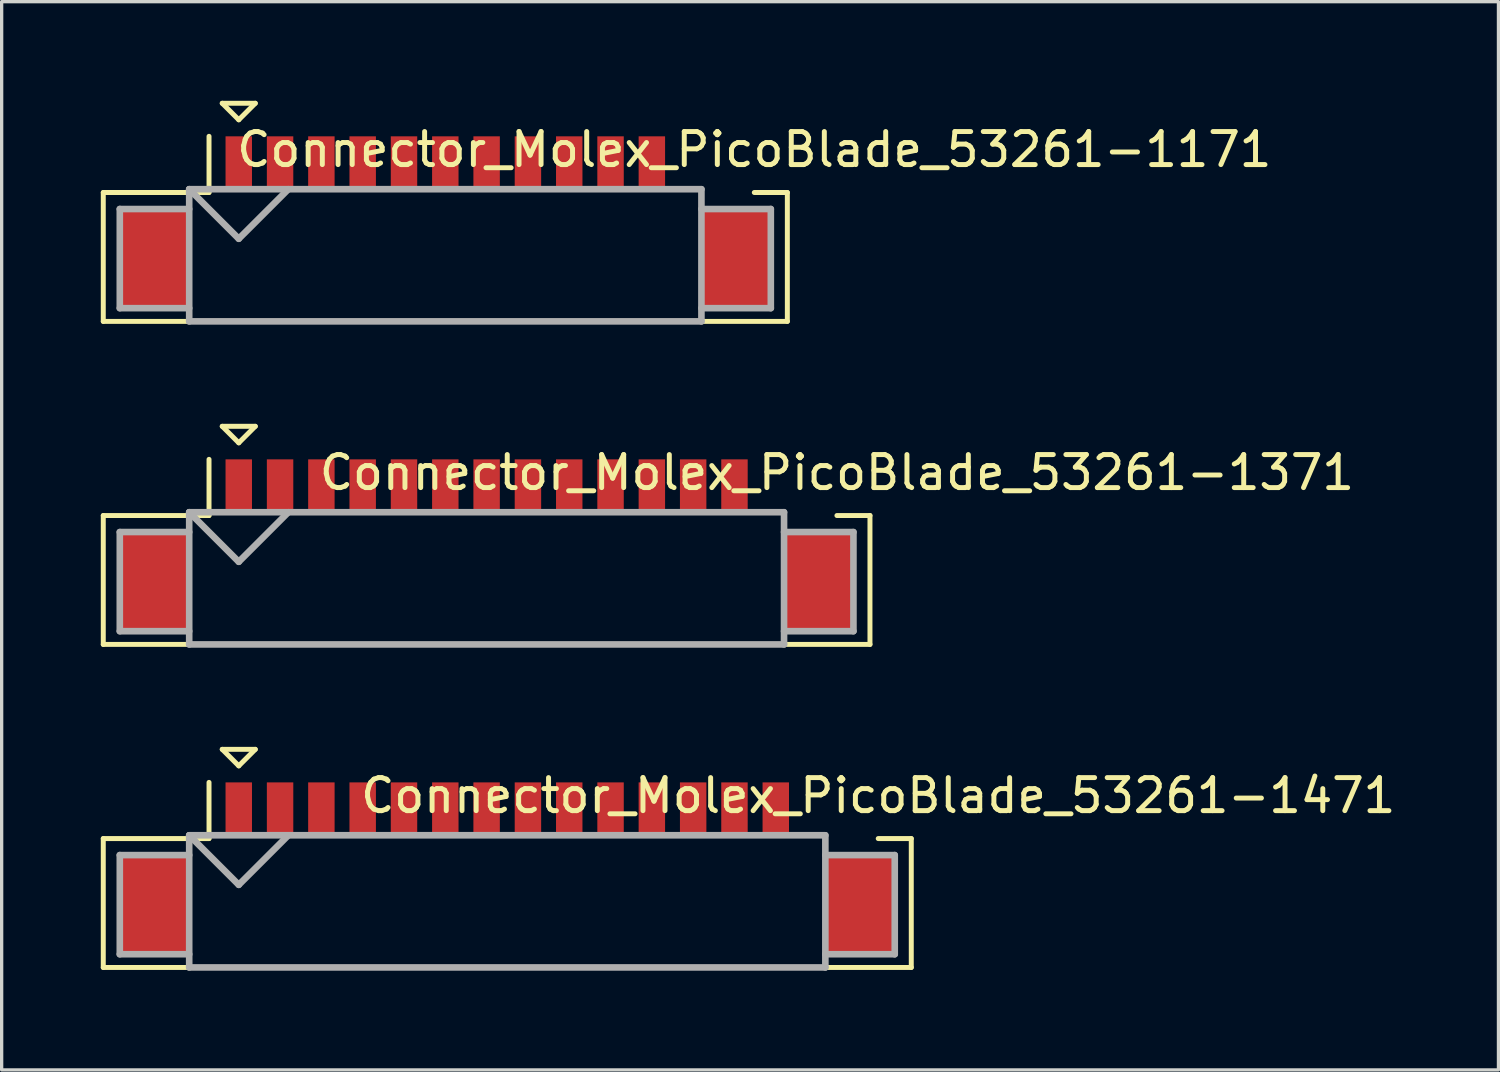
<source format=kicad_pcb>
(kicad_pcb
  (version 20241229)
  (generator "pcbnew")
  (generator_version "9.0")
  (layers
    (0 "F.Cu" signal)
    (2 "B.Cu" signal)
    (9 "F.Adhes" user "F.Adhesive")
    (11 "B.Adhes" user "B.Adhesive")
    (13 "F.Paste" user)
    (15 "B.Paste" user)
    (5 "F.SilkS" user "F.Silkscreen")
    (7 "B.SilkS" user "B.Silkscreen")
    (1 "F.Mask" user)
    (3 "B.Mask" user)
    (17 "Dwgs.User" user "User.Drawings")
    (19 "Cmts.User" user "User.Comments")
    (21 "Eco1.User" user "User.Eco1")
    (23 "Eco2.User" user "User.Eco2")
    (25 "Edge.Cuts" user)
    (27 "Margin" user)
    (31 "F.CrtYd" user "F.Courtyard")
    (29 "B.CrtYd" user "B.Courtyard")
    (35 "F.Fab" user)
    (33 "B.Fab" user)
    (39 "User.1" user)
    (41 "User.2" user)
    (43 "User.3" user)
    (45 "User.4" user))
  (footprint "Connector_Molex_PicoBlade_53261-1371"
    (layer "F.Cu")
    (at 11.675 14.55)
    (property "Reference" "Connector_Molex_PicoBlade_53261-1371" (at 10.6 -3.3 0) (layer "F.SilkS") (effects (font (size 1 1) (thickness 0.15))))
    (attr through_hole)
    (fp_line (start -11.6 -2) (end -11.6 1.9) (stroke (width 0.15) (type solid)) (layer "F.SilkS"))
    (fp_line (start -11.6 1.9) (end 11.6 1.9) (stroke (width 0.15) (type solid)) (layer "F.SilkS"))
    (fp_line (start -8.4 -3.7) (end -8.4 -2) (stroke (width 0.15) (type solid)) (layer "F.SilkS"))
    (fp_line (start -8.4 -2) (end -11.6 -2) (stroke (width 0.15) (type solid)) (layer "F.SilkS"))
    (fp_line (start -8 -4.7) (end -7 -4.7) (stroke (width 0.15) (type solid)) (layer "F.SilkS"))
    (fp_line (start -7.5 -4.2) (end -8 -4.7) (stroke (width 0.15) (type solid)) (layer "F.SilkS"))
    (fp_line (start -7 -4.7) (end -7.5 -4.2) (stroke (width 0.15) (type solid)) (layer "F.SilkS"))
    (fp_line (start 11.6 -2) (end 10.6 -2) (stroke (width 0.15) (type solid)) (layer "F.SilkS"))
    (fp_line (start 11.6 1.9) (end 11.6 -2) (stroke (width 0.15) (type solid)) (layer "F.SilkS"))
    (fp_line (start -11.1 -1.5) (end -11.1 1.5) (stroke (width 0.2) (type solid)) (layer "F.Fab"))
    (fp_line (start -11.1 1.5) (end -9 1.5) (stroke (width 0.2) (type solid)) (layer "F.Fab"))
    (fp_line (start -9 -2.1) (end -9 1.9) (stroke (width 0.2) (type solid)) (layer "F.Fab"))
    (fp_line (start -9 -2.1) (end -7.5 -0.6) (stroke (width 0.2) (type solid)) (layer "F.Fab"))
    (fp_line (start -9 -1.5) (end -11.1 -1.5) (stroke (width 0.2) (type solid)) (layer "F.Fab"))
    (fp_line (start -9 1.9) (end 9 1.9) (stroke (width 0.2) (type solid)) (layer "F.Fab"))
    (fp_line (start -7.5 -0.6) (end -6 -2.1) (stroke (width 0.2) (type solid)) (layer "F.Fab"))
    (fp_line (start 9 -2.1) (end -9 -2.1) (stroke (width 0.2) (type solid)) (layer "F.Fab"))
    (fp_line (start 9 -1.5) (end 11.1 -1.5) (stroke (width 0.2) (type solid)) (layer "F.Fab"))
    (fp_line (start 9 1.9) (end 9 -2.1) (stroke (width 0.2) (type solid)) (layer "F.Fab"))
    (fp_line (start 11.1 -1.5) (end 11.1 1.5) (stroke (width 0.2) (type solid)) (layer "F.Fab"))
    (fp_line (start 11.1 1.5) (end 9 1.5) (stroke (width 0.2) (type solid)) (layer "F.Fab"))
    (pad "" smd rect (at -10.05 0) (size 2.1 3) (layers "F.Cu" "F.Mask" "F.Paste"))
    (pad "" smd rect (at 10.05 0) (size 2.1 3) (layers "F.Cu" "F.Mask" "F.Paste"))
    (pad "1" smd rect (at -7.5 -2.9) (size 0.8 1.6) (layers "F.Cu" "F.Mask" "F.Paste"))
    (pad "2" smd rect (at -6.25 -2.9) (size 0.8 1.6) (layers "F.Cu" "F.Mask" "F.Paste"))
    (pad "3" smd rect (at -5 -2.9) (size 0.8 1.6) (layers "F.Cu" "F.Mask" "F.Paste"))
    (pad "4" smd rect (at -3.75 -2.9) (size 0.8 1.6) (layers "F.Cu" "F.Mask" "F.Paste"))
    (pad "5" smd rect (at -2.5 -2.9) (size 0.8 1.6) (layers "F.Cu" "F.Mask" "F.Paste"))
    (pad "6" smd rect (at -1.25 -2.9) (size 0.8 1.6) (layers "F.Cu" "F.Mask" "F.Paste"))
    (pad "7" smd rect (at 0 -2.9) (size 0.8 1.6) (layers "F.Cu" "F.Mask" "F.Paste"))
    (pad "8" smd rect (at 1.25 -2.9) (size 0.8 1.6) (layers "F.Cu" "F.Mask" "F.Paste"))
    (pad "9" smd rect (at 2.5 -2.9) (size 0.8 1.6) (layers "F.Cu" "F.Mask" "F.Paste"))
    (pad "10" smd rect (at 3.75 -2.9) (size 0.8 1.6) (layers "F.Cu" "F.Mask" "F.Paste"))
    (pad "11" smd rect (at 5 -2.9) (size 0.8 1.6) (layers "F.Cu" "F.Mask" "F.Paste"))
    (pad "12" smd rect (at 6.25 -2.9) (size 0.8 1.6) (layers "F.Cu" "F.Mask" "F.Paste"))
    (pad "13" smd rect (at 7.5 -2.9) (size 0.8 1.6) (layers "F.Cu" "F.Mask" "F.Paste")))
  (footprint "Connector_Molex_PicoBlade_53261-1171"
    (layer "F.Cu")
    (at 10.425 4.775)
    (property "Reference" "Connector_Molex_PicoBlade_53261-1171" (at 9.35 -3.3 0) (layer "F.SilkS") (effects (font (size 1 1) (thickness 0.15))))
    (attr through_hole)
    (fp_line (start -10.35 -2) (end -10.35 1.9) (stroke (width 0.15) (type solid)) (layer "F.SilkS"))
    (fp_line (start -10.35 1.9) (end 10.35 1.9) (stroke (width 0.15) (type solid)) (layer "F.SilkS"))
    (fp_line (start -7.15 -3.7) (end -7.15 -2) (stroke (width 0.15) (type solid)) (layer "F.SilkS"))
    (fp_line (start -7.15 -2) (end -10.35 -2) (stroke (width 0.15) (type solid)) (layer "F.SilkS"))
    (fp_line (start -6.75 -4.7) (end -5.75 -4.7) (stroke (width 0.15) (type solid)) (layer "F.SilkS"))
    (fp_line (start -6.25 -4.2) (end -6.75 -4.7) (stroke (width 0.15) (type solid)) (layer "F.SilkS"))
    (fp_line (start -5.75 -4.7) (end -6.25 -4.2) (stroke (width 0.15) (type solid)) (layer "F.SilkS"))
    (fp_line (start 10.35 -2) (end 9.35 -2) (stroke (width 0.15) (type solid)) (layer "F.SilkS"))
    (fp_line (start 10.35 1.9) (end 10.35 -2) (stroke (width 0.15) (type solid)) (layer "F.SilkS"))
    (fp_line (start -9.85 -1.5) (end -9.85 1.5) (stroke (width 0.2) (type solid)) (layer "F.Fab"))
    (fp_line (start -9.85 1.5) (end -7.75 1.5) (stroke (width 0.2) (type solid)) (layer "F.Fab"))
    (fp_line (start -7.75 -2.1) (end -7.75 1.9) (stroke (width 0.2) (type solid)) (layer "F.Fab"))
    (fp_line (start -7.75 -2.1) (end -6.25 -0.6) (stroke (width 0.2) (type solid)) (layer "F.Fab"))
    (fp_line (start -7.75 -1.5) (end -9.85 -1.5) (stroke (width 0.2) (type solid)) (layer "F.Fab"))
    (fp_line (start -7.75 1.9) (end 7.75 1.9) (stroke (width 0.2) (type solid)) (layer "F.Fab"))
    (fp_line (start -6.25 -0.6) (end -4.75 -2.1) (stroke (width 0.2) (type solid)) (layer "F.Fab"))
    (fp_line (start 7.75 -2.1) (end -7.75 -2.1) (stroke (width 0.2) (type solid)) (layer "F.Fab"))
    (fp_line (start 7.75 -1.5) (end 9.85 -1.5) (stroke (width 0.2) (type solid)) (layer "F.Fab"))
    (fp_line (start 7.75 1.9) (end 7.75 -2.1) (stroke (width 0.2) (type solid)) (layer "F.Fab"))
    (fp_line (start 9.85 -1.5) (end 9.85 1.5) (stroke (width 0.2) (type solid)) (layer "F.Fab"))
    (fp_line (start 9.85 1.5) (end 7.75 1.5) (stroke (width 0.2) (type solid)) (layer "F.Fab"))
    (pad "" smd rect (at -8.8 0) (size 2.1 3) (layers "F.Cu" "F.Mask" "F.Paste"))
    (pad "" smd rect (at 8.8 0) (size 2.1 3) (layers "F.Cu" "F.Mask" "F.Paste"))
    (pad "1" smd rect (at -6.25 -2.9) (size 0.8 1.6) (layers "F.Cu" "F.Mask" "F.Paste"))
    (pad "2" smd rect (at -5 -2.9) (size 0.8 1.6) (layers "F.Cu" "F.Mask" "F.Paste"))
    (pad "3" smd rect (at -3.75 -2.9) (size 0.8 1.6) (layers "F.Cu" "F.Mask" "F.Paste"))
    (pad "4" smd rect (at -2.5 -2.9) (size 0.8 1.6) (layers "F.Cu" "F.Mask" "F.Paste"))
    (pad "5" smd rect (at -1.25 -2.9) (size 0.8 1.6) (layers "F.Cu" "F.Mask" "F.Paste"))
    (pad "6" smd rect (at 0 -2.9) (size 0.8 1.6) (layers "F.Cu" "F.Mask" "F.Paste"))
    (pad "7" smd rect (at 1.25 -2.9) (size 0.8 1.6) (layers "F.Cu" "F.Mask" "F.Paste"))
    (pad "8" smd rect (at 2.5 -2.9) (size 0.8 1.6) (layers "F.Cu" "F.Mask" "F.Paste"))
    (pad "9" smd rect (at 3.75 -2.9) (size 0.8 1.6) (layers "F.Cu" "F.Mask" "F.Paste"))
    (pad "10" smd rect (at 5 -2.9) (size 0.8 1.6) (layers "F.Cu" "F.Mask" "F.Paste"))
    (pad "11" smd rect (at 6.25 -2.9) (size 0.8 1.6) (layers "F.Cu" "F.Mask" "F.Paste")))
  (footprint "Connector_Molex_PicoBlade_53261-1471"
    (layer "F.Cu")
    (at 12.3 24.325)
    (property "Reference" "Connector_Molex_PicoBlade_53261-1471" (at 11.225 -3.3 0) (layer "F.SilkS") (effects (font (size 1 1) (thickness 0.15))))
    (attr through_hole)
    (fp_line (start -12.225 -2) (end -12.225 1.9) (stroke (width 0.15) (type solid)) (layer "F.SilkS"))
    (fp_line (start -12.225 1.9) (end 12.225 1.9) (stroke (width 0.15) (type solid)) (layer "F.SilkS"))
    (fp_line (start -9.025 -3.7) (end -9.025 -2) (stroke (width 0.15) (type solid)) (layer "F.SilkS"))
    (fp_line (start -9.025 -2) (end -12.225 -2) (stroke (width 0.15) (type solid)) (layer "F.SilkS"))
    (fp_line (start -8.625 -4.7) (end -7.625 -4.7) (stroke (width 0.15) (type solid)) (layer "F.SilkS"))
    (fp_line (start -8.125 -4.2) (end -8.625 -4.7) (stroke (width 0.15) (type solid)) (layer "F.SilkS"))
    (fp_line (start -7.625 -4.7) (end -8.125 -4.2) (stroke (width 0.15) (type solid)) (layer "F.SilkS"))
    (fp_line (start 12.225 -2) (end 11.225 -2) (stroke (width 0.15) (type solid)) (layer "F.SilkS"))
    (fp_line (start 12.225 1.9) (end 12.225 -2) (stroke (width 0.15) (type solid)) (layer "F.SilkS"))
    (fp_line (start -11.725 -1.5) (end -11.725 1.5) (stroke (width 0.2) (type solid)) (layer "F.Fab"))
    (fp_line (start -11.725 1.5) (end -9.625 1.5) (stroke (width 0.2) (type solid)) (layer "F.Fab"))
    (fp_line (start -9.625 -2.1) (end -9.625 1.9) (stroke (width 0.2) (type solid)) (layer "F.Fab"))
    (fp_line (start -9.625 -2.1) (end -8.125 -0.6) (stroke (width 0.2) (type solid)) (layer "F.Fab"))
    (fp_line (start -9.625 -1.5) (end -11.725 -1.5) (stroke (width 0.2) (type solid)) (layer "F.Fab"))
    (fp_line (start -9.625 1.9) (end 9.625 1.9) (stroke (width 0.2) (type solid)) (layer "F.Fab"))
    (fp_line (start -8.125 -0.6) (end -6.625 -2.1) (stroke (width 0.2) (type solid)) (layer "F.Fab"))
    (fp_line (start 9.625 -2.1) (end -9.625 -2.1) (stroke (width 0.2) (type solid)) (layer "F.Fab"))
    (fp_line (start 9.625 -1.5) (end 11.725 -1.5) (stroke (width 0.2) (type solid)) (layer "F.Fab"))
    (fp_line (start 9.625 1.9) (end 9.625 -2.1) (stroke (width 0.2) (type solid)) (layer "F.Fab"))
    (fp_line (start 11.725 -1.5) (end 11.725 1.5) (stroke (width 0.2) (type solid)) (layer "F.Fab"))
    (fp_line (start 11.725 1.5) (end 9.625 1.5) (stroke (width 0.2) (type solid)) (layer "F.Fab"))
    (pad "" smd rect (at -10.675 0) (size 2.1 3) (layers "F.Cu" "F.Mask" "F.Paste"))
    (pad "" smd rect (at 10.675 0) (size 2.1 3) (layers "F.Cu" "F.Mask" "F.Paste"))
    (pad "1" smd rect (at -8.125 -2.9) (size 0.8 1.6) (layers "F.Cu" "F.Mask" "F.Paste"))
    (pad "2" smd rect (at -6.875 -2.9) (size 0.8 1.6) (layers "F.Cu" "F.Mask" "F.Paste"))
    (pad "3" smd rect (at -5.625 -2.9) (size 0.8 1.6) (layers "F.Cu" "F.Mask" "F.Paste"))
    (pad "4" smd rect (at -4.375 -2.9) (size 0.8 1.6) (layers "F.Cu" "F.Mask" "F.Paste"))
    (pad "5" smd rect (at -3.125 -2.9) (size 0.8 1.6) (layers "F.Cu" "F.Mask" "F.Paste"))
    (pad "6" smd rect (at -1.875 -2.9) (size 0.8 1.6) (layers "F.Cu" "F.Mask" "F.Paste"))
    (pad "7" smd rect (at -0.625 -2.9) (size 0.8 1.6) (layers "F.Cu" "F.Mask" "F.Paste"))
    (pad "8" smd rect (at 0.625 -2.9) (size 0.8 1.6) (layers "F.Cu" "F.Mask" "F.Paste"))
    (pad "9" smd rect (at 1.875 -2.9) (size 0.8 1.6) (layers "F.Cu" "F.Mask" "F.Paste"))
    (pad "10" smd rect (at 3.125 -2.9) (size 0.8 1.6) (layers "F.Cu" "F.Mask" "F.Paste"))
    (pad "11" smd rect (at 4.375 -2.9) (size 0.8 1.6) (layers "F.Cu" "F.Mask" "F.Paste"))
    (pad "12" smd rect (at 5.625 -2.9) (size 0.8 1.6) (layers "F.Cu" "F.Mask" "F.Paste"))
    (pad "13" smd rect (at 6.875 -2.9) (size 0.8 1.6) (layers "F.Cu" "F.Mask" "F.Paste"))
    (pad "14" smd rect (at 8.125 -2.9) (size 0.8 1.6) (layers "F.Cu" "F.Mask" "F.Paste")))
  (gr_rect
    (start -3 -3)
    (end 42.293 29.325)
    (stroke (width 0.1) (type default))
    (fill no)
    (layer "Edge.Cuts")))
</source>
